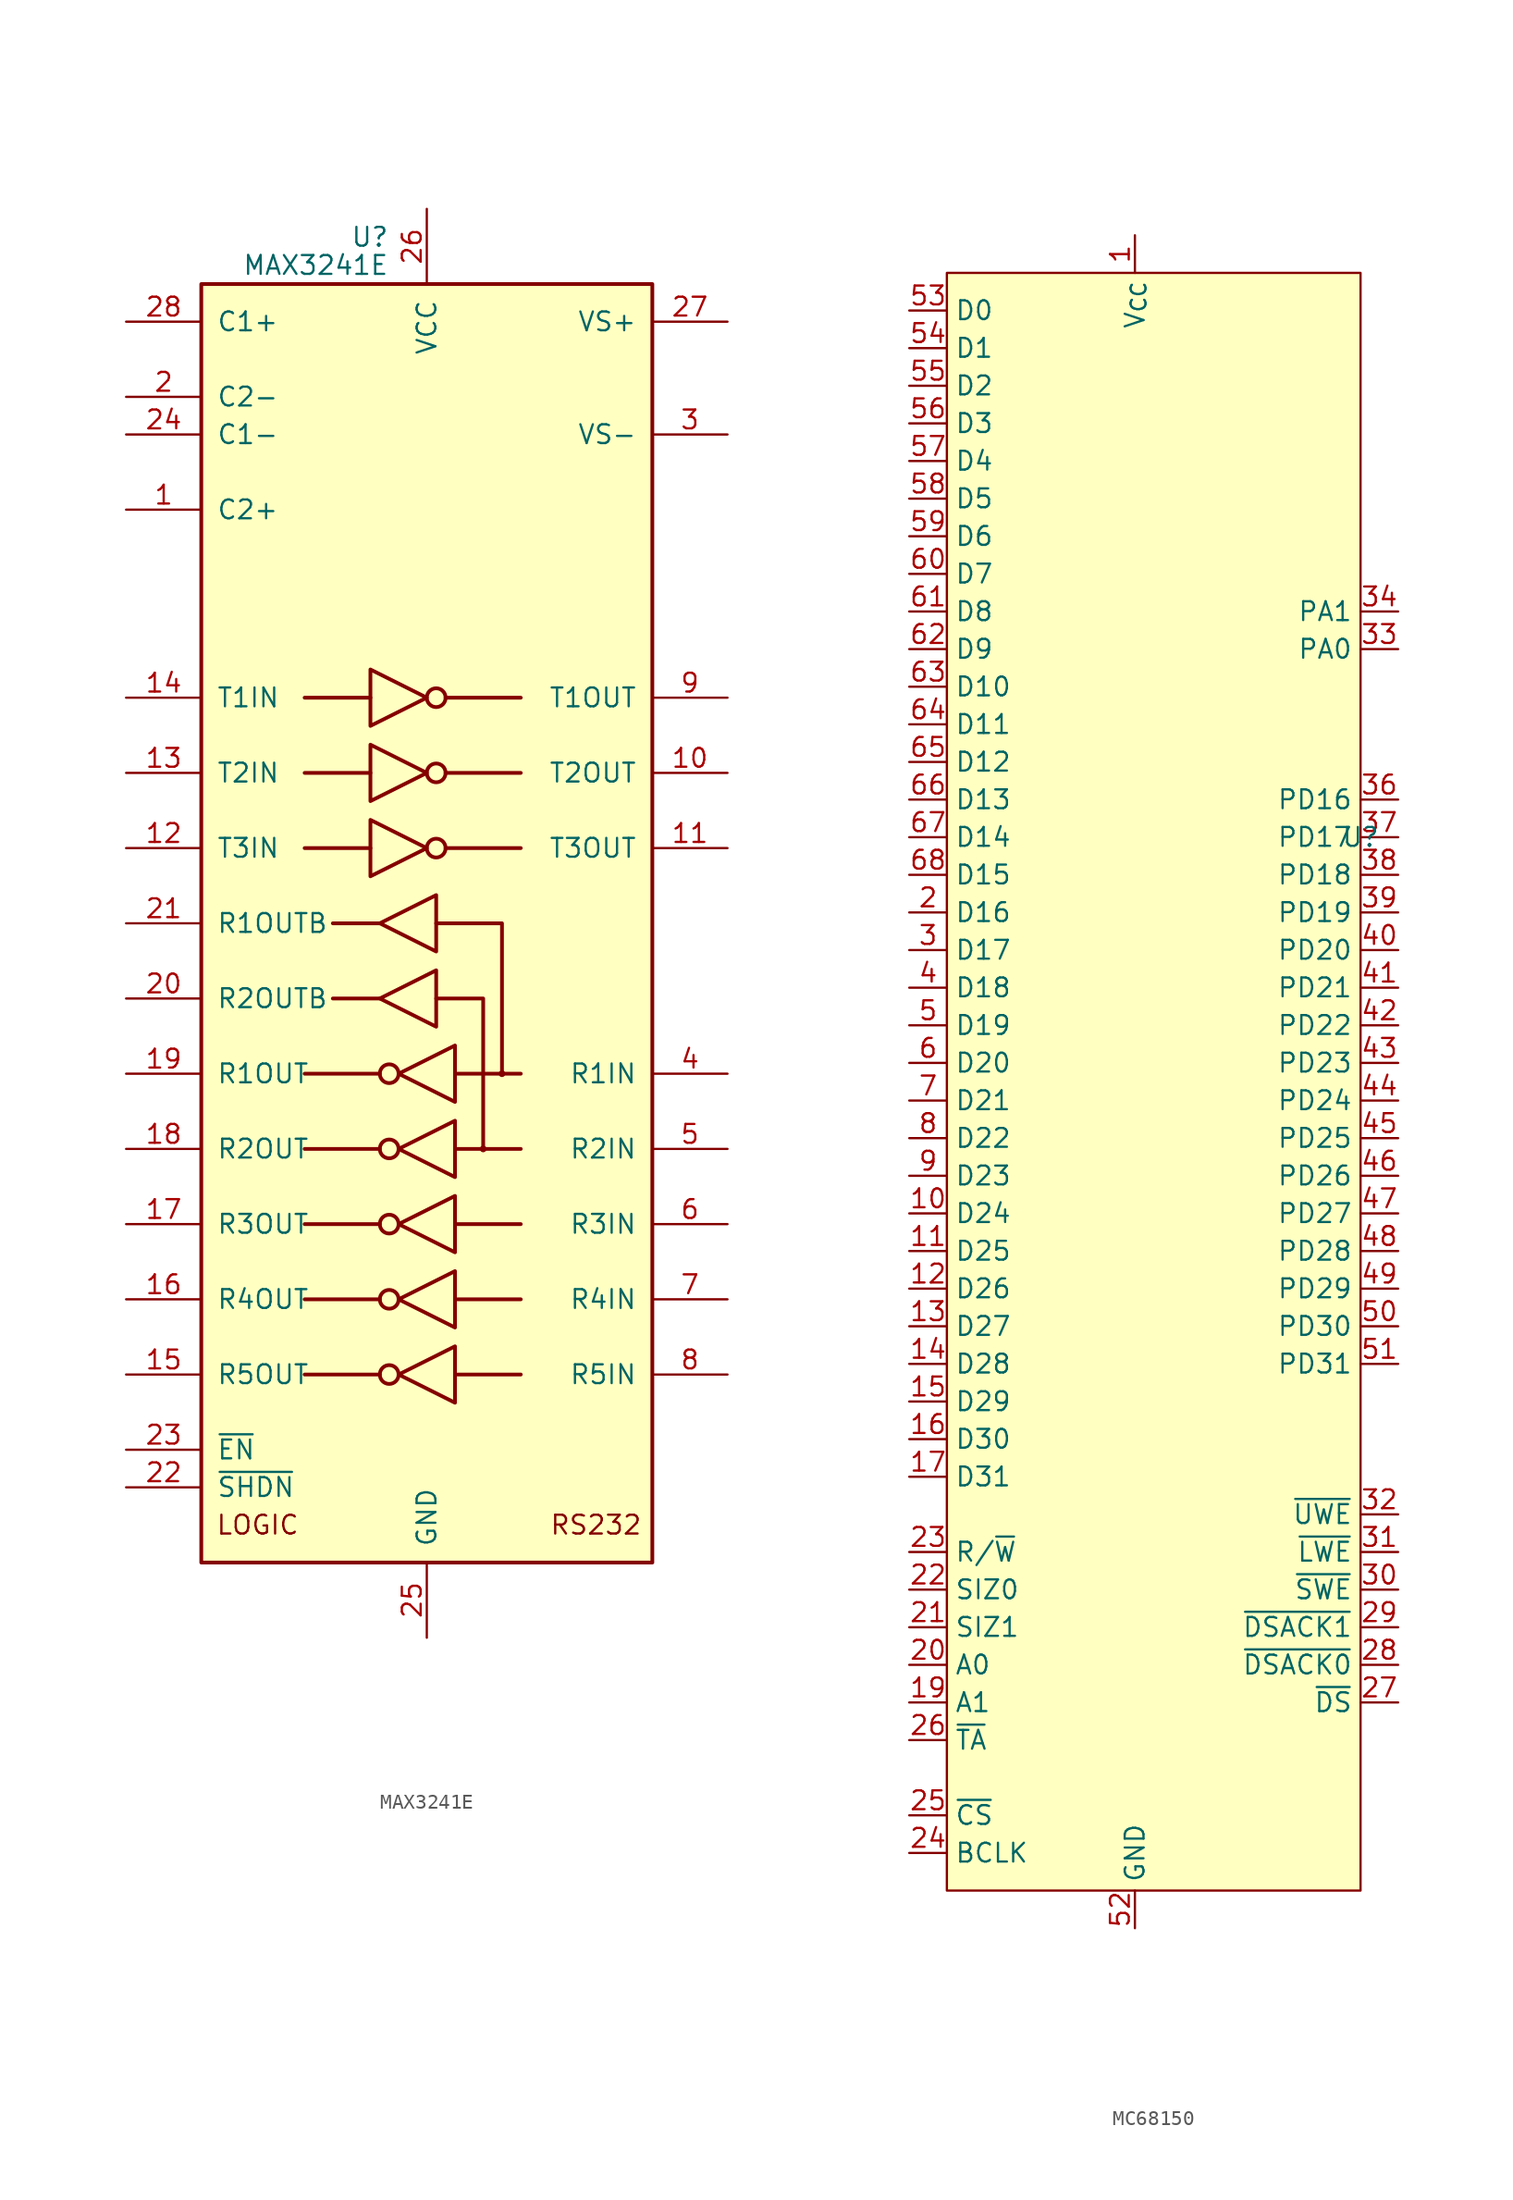
<source format=kicad_sym>
(kicad_symbol_lib
  (version 20220914)
  (generator kicad_symbol_editor)
  (symbol "MAX3241E"
    (pin_names
      (offset 1.016))
    (property "Reference" "U"
      (at -2.54 46.355 0)
      (effects (font (size 1.27 1.27)) (justify right)))
    (property "Value" "MAX3241E"
      (at -2.54 44.45 0)
      (effects (font (size 1.27 1.27)) (justify right)))
    (symbol "MAX3241E_0_0"
      (text "LOGIC" (at -11.43 -40.64 0) (effects (font (size 1.27 1.27))))
      (text "RS232" (at 11.43 -40.64 0) (effects (font (size 1.27 1.27)))))
    (symbol "MAX3241E_0_1"
      (rectangle (start -15.24 43.18) (end 15.24 -43.18) (stroke (width 0.254) (type default)) (fill (type background)))
      (circle (center -2.54 -30.48) (radius 0.635) (stroke (width 0.254) (type default)) (fill (type none)))
      (circle (center -2.54 -25.4) (radius 0.635) (stroke (width 0.254) (type default)) (fill (type none)))
      (circle (center -2.54 -20.32) (radius 0.635) (stroke (width 0.254) (type default)) (fill (type none)))
      (circle (center -2.54 -15.24) (radius 0.635) (stroke (width 0.254) (type default)) (fill (type none)))
      (circle (center -2.54 -10.16) (radius 0.635) (stroke (width 0.254) (type default)) (fill (type none)))
      (polyline (pts (xy -3.81 5.08) (xy -8.255 5.08)) (stroke (width 0.254) (type default)) (fill (type none)))
      (polyline (pts (xy -3.81 10.16) (xy -8.255 10.16)) (stroke (width 0.254) (type default)) (fill (type none)))
      (polyline (pts (xy -3.81 15.24) (xy -8.255 15.24)) (stroke (width 0.254) (type default)) (fill (type none)))
      (polyline (pts (xy -3.175 -30.48) (xy -8.255 -30.48)) (stroke (width 0.254) (type default)) (fill (type none)))
      (polyline (pts (xy -3.175 -25.4) (xy -8.255 -25.4)) (stroke (width 0.254) (type default)) (fill (type none)))
      (polyline (pts (xy -3.175 -20.32) (xy -8.255 -20.32)) (stroke (width 0.254) (type default)) (fill (type none)))
      (polyline (pts (xy -3.175 -15.24) (xy -8.255 -15.24)) (stroke (width 0.254) (type default)) (fill (type none)))
      (polyline (pts (xy -3.175 -10.16) (xy -8.255 -10.16)) (stroke (width 0.254) (type default)) (fill (type none)))
      (polyline (pts (xy -3.175 -5.08) (xy -6.35 -5.08)) (stroke (width 0.254) (type default)) (fill (type none)))
      (polyline (pts (xy -3.175 0) (xy -6.35 0)) (stroke (width 0.254) (type default)) (fill (type none)))
      (polyline (pts (xy 1.27 5.08) (xy 6.35 5.08)) (stroke (width 0.254) (type default)) (fill (type none)))
      (polyline (pts (xy 1.27 10.16) (xy 6.35 10.16)) (stroke (width 0.254) (type default)) (fill (type none)))
      (polyline (pts (xy 1.27 15.24) (xy 6.35 15.24)) (stroke (width 0.254) (type default)) (fill (type none)))
      (polyline (pts (xy 1.905 -30.48) (xy 6.35 -30.48)) (stroke (width 0.254) (type default)) (fill (type none)))
      (polyline (pts (xy 1.905 -25.4) (xy 6.35 -25.4)) (stroke (width 0.254) (type default)) (fill (type none)))
      (polyline (pts (xy 1.905 -20.32) (xy 6.35 -20.32)) (stroke (width 0.254) (type default)) (fill (type none)))
      (polyline (pts (xy 1.905 -15.24) (xy 6.35 -15.24)) (stroke (width 0.254) (type default)) (fill (type none)))
      (polyline (pts (xy 1.905 -10.16) (xy 6.35 -10.16)) (stroke (width 0.254) (type default)) (fill (type none)))
      (polyline (pts (xy -3.81 6.985) (xy -3.81 3.175) (xy 0 5.08) (xy -3.81 6.985)) (stroke (width 0.254) (type default)) (fill (type none)))
      (polyline (pts (xy -3.81 12.065) (xy -3.81 8.255) (xy 0 10.16) (xy -3.81 12.065)) (stroke (width 0.254) (type default)) (fill (type none)))
      (polyline (pts (xy -3.81 17.145) (xy -3.81 13.335) (xy 0 15.24) (xy -3.81 17.145)) (stroke (width 0.254) (type default)) (fill (type none)))
      (polyline (pts (xy 0.635 -3.175) (xy 0.635 -6.985) (xy -3.175 -5.08) (xy 0.635 -3.175)) (stroke (width 0.254) (type default)) (fill (type none)))
      (polyline (pts (xy 0.635 1.905) (xy 0.635 -1.905) (xy -3.175 0) (xy 0.635 1.905)) (stroke (width 0.254) (type default)) (fill (type none)))
      (polyline (pts (xy 1.905 -28.575) (xy 1.905 -32.385) (xy -1.905 -30.48) (xy 1.905 -28.575)) (stroke (width 0.254) (type default)) (fill (type none)))
      (polyline (pts (xy 1.905 -23.495) (xy 1.905 -27.305) (xy -1.905 -25.4) (xy 1.905 -23.495)) (stroke (width 0.254) (type default)) (fill (type none)))
      (polyline (pts (xy 1.905 -18.415) (xy 1.905 -22.225) (xy -1.905 -20.32) (xy 1.905 -18.415)) (stroke (width 0.254) (type default)) (fill (type none)))
      (polyline (pts (xy 1.905 -13.335) (xy 1.905 -17.145) (xy -1.905 -15.24) (xy 1.905 -13.335)) (stroke (width 0.254) (type default)) (fill (type none)))
      (polyline (pts (xy 1.905 -8.255) (xy 1.905 -12.065) (xy -1.905 -10.16) (xy 1.905 -8.255)) (stroke (width 0.254) (type default)) (fill (type none)))
      (circle (center 0.635 5.08) (radius 0.635) (stroke (width 0.254) (type default)) (fill (type none)))
      (circle (center 0.635 10.16) (radius 0.635) (stroke (width 0.254) (type default)) (fill (type none)))
      (circle (center 0.635 15.24) (radius 0.635) (stroke (width 0.254) (type default)) (fill (type none)))
      (circle (center 5.08 -10.16) (radius 0.152) (stroke (width 0) (type default)) (fill (type none))))
    (symbol "MAX3241E_1_1"
      (polyline (pts (xy 0.635 -5.08) (xy 3.81 -5.08) (xy 3.81 -15.24)) (stroke (width 0.254) (type default)) (fill (type none)))
      (polyline (pts (xy 0.635 0) (xy 5.08 0) (xy 5.08 -10.16)) (stroke (width 0.254) (type default)) (fill (type none)))
      (circle (center 3.81 -15.24) (radius 0.152) (stroke (width 0) (type default)) (fill (type none)))
      (pin passive line (at -20.32 27.94 0) (length 5.08) (name "C2+" (effects (font (size 1.27 1.27)))) (number "1" (effects (font (size 1.27 1.27)))))
      (pin output line (at 20.32 10.16 180) (length 5.08) (name "T2OUT" (effects (font (size 1.27 1.27)))) (number "10" (effects (font (size 1.27 1.27)))))
      (pin output line (at 20.32 5.08 180) (length 5.08) (name "T3OUT" (effects (font (size 1.27 1.27)))) (number "11" (effects (font (size 1.27 1.27)))))
      (pin input line (at -20.32 5.08 0) (length 5.08) (name "T3IN" (effects (font (size 1.27 1.27)))) (number "12" (effects (font (size 1.27 1.27)))))
      (pin input line (at -20.32 10.16 0) (length 5.08) (name "T2IN" (effects (font (size 1.27 1.27)))) (number "13" (effects (font (size 1.27 1.27)))))
      (pin input line (at -20.32 15.24 0) (length 5.08) (name "T1IN" (effects (font (size 1.27 1.27)))) (number "14" (effects (font (size 1.27 1.27)))))
      (pin output line (at -20.32 -30.48 0) (length 5.08) (name "R5OUT" (effects (font (size 1.27 1.27)))) (number "15" (effects (font (size 1.27 1.27)))))
      (pin output line (at -20.32 -25.4 0) (length 5.08) (name "R4OUT" (effects (font (size 1.27 1.27)))) (number "16" (effects (font (size 1.27 1.27)))))
      (pin output line (at -20.32 -20.32 0) (length 5.08) (name "R3OUT" (effects (font (size 1.27 1.27)))) (number "17" (effects (font (size 1.27 1.27)))))
      (pin output line (at -20.32 -15.24 0) (length 5.08) (name "R2OUT" (effects (font (size 1.27 1.27)))) (number "18" (effects (font (size 1.27 1.27)))))
      (pin output line (at -20.32 -10.16 0) (length 5.08) (name "R1OUT" (effects (font (size 1.27 1.27)))) (number "19" (effects (font (size 1.27 1.27)))))
      (pin passive line (at -20.32 35.56 0) (length 5.08) (name "C2-" (effects (font (size 1.27 1.27)))) (number "2" (effects (font (size 1.27 1.27)))))
      (pin output line (at -20.32 -5.08 0) (length 5.08) (name "R2OUTB" (effects (font (size 1.27 1.27)))) (number "20" (effects (font (size 1.27 1.27)))))
      (pin output line (at -20.32 0 0) (length 5.08) (name "R1OUTB" (effects (font (size 1.27 1.27)))) (number "21" (effects (font (size 1.27 1.27)))))
      (pin input line (at -20.32 -38.1 0) (length 5.08) (name "~{SHDN}" (effects (font (size 1.27 1.27)))) (number "22" (effects (font (size 1.27 1.27)))))
      (pin input line (at -20.32 -35.56 0) (length 5.08) (name "~{EN}" (effects (font (size 1.27 1.27)))) (number "23" (effects (font (size 1.27 1.27)))))
      (pin passive line (at -20.32 33.02 0) (length 5.08) (name "C1-" (effects (font (size 1.27 1.27)))) (number "24" (effects (font (size 1.27 1.27)))))
      (pin power_in line (at 0 -48.26 90) (length 5.08) (name "GND" (effects (font (size 1.27 1.27)))) (number "25" (effects (font (size 1.27 1.27)))))
      (pin power_in line (at 0 48.26 270) (length 5.08) (name "VCC" (effects (font (size 1.27 1.27)))) (number "26" (effects (font (size 1.27 1.27)))))
      (pin power_out line (at 20.32 40.64 180) (length 5.08) (name "VS+" (effects (font (size 1.27 1.27)))) (number "27" (effects (font (size 1.27 1.27)))))
      (pin passive line (at -20.32 40.64 0) (length 5.08) (name "C1+" (effects (font (size 1.27 1.27)))) (number "28" (effects (font (size 1.27 1.27)))))
      (pin power_out line (at 20.32 33.02 180) (length 5.08) (name "VS-" (effects (font (size 1.27 1.27)))) (number "3" (effects (font (size 1.27 1.27)))))
      (pin input line (at 20.32 -10.16 180) (length 5.08) (name "R1IN" (effects (font (size 1.27 1.27)))) (number "4" (effects (font (size 1.27 1.27)))))
      (pin input line (at 20.32 -15.24 180) (length 5.08) (name "R2IN" (effects (font (size 1.27 1.27)))) (number "5" (effects (font (size 1.27 1.27)))))
      (pin input line (at 20.32 -20.32 180) (length 5.08) (name "R3IN" (effects (font (size 1.27 1.27)))) (number "6" (effects (font (size 1.27 1.27)))))
      (pin input line (at 20.32 -25.4 180) (length 5.08) (name "R4IN" (effects (font (size 1.27 1.27)))) (number "7" (effects (font (size 1.27 1.27)))))
      (pin input line (at 20.32 -30.48 180) (length 5.08) (name "R5IN" (effects (font (size 1.27 1.27)))) (number "8" (effects (font (size 1.27 1.27)))))
      (pin output line (at 20.32 15.24 180) (length 5.08) (name "T1OUT" (effects (font (size 1.27 1.27)))) (number "9" (effects (font (size 1.27 1.27)))))))
  (symbol "MC68150"
    (property "Reference" "U"
      (at 15.24 20.32 0)
      (effects (font (size 1.27 1.27))))
    (property "Value" ""
      (at 15.24 20.32 0)
      (effects (font (size 1.27 1.27))))
    (symbol "MC68150_1_1"
      (rectangle (start -12.7 58.42) (end 15.24 -50.8) (stroke (width 0) (type default)) (fill (type background)))
      (pin power_in line (at 0 60.96 270) (length 2.54) (name "V_{CC}" (effects (font (size 1.27 1.27)))) (number "1" (effects (font (size 1.27 1.27)))))
      (pin bidirectional line (at -15.24 -5.08 0) (length 2.54) (name "D24" (effects (font (size 1.27 1.27)))) (number "10" (effects (font (size 1.27 1.27)))))
      (pin bidirectional line (at -15.24 -7.62 0) (length 2.54) (name "D25" (effects (font (size 1.27 1.27)))) (number "11" (effects (font (size 1.27 1.27)))))
      (pin bidirectional line (at -15.24 -10.16 0) (length 2.54) (name "D26" (effects (font (size 1.27 1.27)))) (number "12" (effects (font (size 1.27 1.27)))))
      (pin bidirectional line (at -15.24 -12.7 0) (length 2.54) (name "D27" (effects (font (size 1.27 1.27)))) (number "13" (effects (font (size 1.27 1.27)))))
      (pin bidirectional line (at -15.24 -15.24 0) (length 2.54) (name "D28" (effects (font (size 1.27 1.27)))) (number "14" (effects (font (size 1.27 1.27)))))
      (pin bidirectional line (at -15.24 -17.78 0) (length 2.54) (name "D29" (effects (font (size 1.27 1.27)))) (number "15" (effects (font (size 1.27 1.27)))))
      (pin bidirectional line (at -15.24 -20.32 0) (length 2.54) (name "D30" (effects (font (size 1.27 1.27)))) (number "16" (effects (font (size 1.27 1.27)))))
      (pin bidirectional line (at -15.24 -22.86 0) (length 2.54) (name "D31" (effects (font (size 1.27 1.27)))) (number "17" (effects (font (size 1.27 1.27)))))
      (pin passive line (at 0 -53.34 90) (length 2.54) hide (name "GND" (effects (font (size 1.27 1.27)))) (number "18" (effects (font (size 1.27 1.27)))))
      (pin input line (at -15.24 -38.1 0) (length 2.54) (name "A1" (effects (font (size 1.27 1.27)))) (number "19" (effects (font (size 1.27 1.27)))))
      (pin bidirectional line (at -15.24 15.24 0) (length 2.54) (name "D16" (effects (font (size 1.27 1.27)))) (number "2" (effects (font (size 1.27 1.27)))))
      (pin input line (at -15.24 -35.56 0) (length 2.54) (name "A0" (effects (font (size 1.27 1.27)))) (number "20" (effects (font (size 1.27 1.27)))))
      (pin input line (at -15.24 -33.02 0) (length 2.54) (name "SIZ1" (effects (font (size 1.27 1.27)))) (number "21" (effects (font (size 1.27 1.27)))))
      (pin input line (at -15.24 -30.48 0) (length 2.54) (name "SIZ0" (effects (font (size 1.27 1.27)))) (number "22" (effects (font (size 1.27 1.27)))))
      (pin input line (at -15.24 -27.94 0) (length 2.54) (name "R/~{W}" (effects (font (size 1.27 1.27)))) (number "23" (effects (font (size 1.27 1.27)))))
      (pin input line (at -15.24 -48.26 0) (length 2.54) (name "BCLK" (effects (font (size 1.27 1.27)))) (number "24" (effects (font (size 1.27 1.27)))))
      (pin input line (at -15.24 -45.72 0) (length 2.54) (name "~{CS}" (effects (font (size 1.27 1.27)))) (number "25" (effects (font (size 1.27 1.27)))))
      (pin open_collector line (at -15.24 -40.64 0) (length 2.54) (name "~{TA}" (effects (font (size 1.27 1.27)))) (number "26" (effects (font (size 1.27 1.27)))))
      (pin output line (at 17.78 -38.1 180) (length 2.54) (name "~{DS}" (effects (font (size 1.27 1.27)))) (number "27" (effects (font (size 1.27 1.27)))))
      (pin input line (at 17.78 -35.56 180) (length 2.54) (name "~{DSACK0}" (effects (font (size 1.27 1.27)))) (number "28" (effects (font (size 1.27 1.27)))))
      (pin input line (at 17.78 -33.02 180) (length 2.54) (name "~{DSACK1}" (effects (font (size 1.27 1.27)))) (number "29" (effects (font (size 1.27 1.27)))))
      (pin bidirectional line (at -15.24 12.7 0) (length 2.54) (name "D17" (effects (font (size 1.27 1.27)))) (number "3" (effects (font (size 1.27 1.27)))))
      (pin output line (at 17.78 -30.48 180) (length 2.54) (name "~{SWE}" (effects (font (size 1.27 1.27)))) (number "30" (effects (font (size 1.27 1.27)))))
      (pin output line (at 17.78 -27.94 180) (length 2.54) (name "~{LWE}" (effects (font (size 1.27 1.27)))) (number "31" (effects (font (size 1.27 1.27)))))
      (pin output line (at 17.78 -25.4 180) (length 2.54) (name "~{UWE}" (effects (font (size 1.27 1.27)))) (number "32" (effects (font (size 1.27 1.27)))))
      (pin output line (at 17.78 33.02 180) (length 2.54) (name "PA0" (effects (font (size 1.27 1.27)))) (number "33" (effects (font (size 1.27 1.27)))))
      (pin output line (at 17.78 35.56 180) (length 2.54) (name "PA1" (effects (font (size 1.27 1.27)))) (number "34" (effects (font (size 1.27 1.27)))))
      (pin passive line (at 0 60.96 270) (length 2.54) hide (name "V_{CC}" (effects (font (size 1.27 1.27)))) (number "35" (effects (font (size 1.27 1.27)))))
      (pin bidirectional line (at 17.78 22.86 180) (length 2.54) (name "PD16" (effects (font (size 1.27 1.27)))) (number "36" (effects (font (size 1.27 1.27)))))
      (pin bidirectional line (at 17.78 20.32 180) (length 2.54) (name "PD17" (effects (font (size 1.27 1.27)))) (number "37" (effects (font (size 1.27 1.27)))))
      (pin bidirectional line (at 17.78 17.78 180) (length 2.54) (name "PD18" (effects (font (size 1.27 1.27)))) (number "38" (effects (font (size 1.27 1.27)))))
      (pin bidirectional line (at 17.78 15.24 180) (length 2.54) (name "PD19" (effects (font (size 1.27 1.27)))) (number "39" (effects (font (size 1.27 1.27)))))
      (pin bidirectional line (at -15.24 10.16 0) (length 2.54) (name "D18" (effects (font (size 1.27 1.27)))) (number "4" (effects (font (size 1.27 1.27)))))
      (pin bidirectional line (at 17.78 12.7 180) (length 2.54) (name "PD20" (effects (font (size 1.27 1.27)))) (number "40" (effects (font (size 1.27 1.27)))))
      (pin bidirectional line (at 17.78 10.16 180) (length 2.54) (name "PD21" (effects (font (size 1.27 1.27)))) (number "41" (effects (font (size 1.27 1.27)))))
      (pin bidirectional line (at 17.78 7.62 180) (length 2.54) (name "PD22" (effects (font (size 1.27 1.27)))) (number "42" (effects (font (size 1.27 1.27)))))
      (pin bidirectional line (at 17.78 5.08 180) (length 2.54) (name "PD23" (effects (font (size 1.27 1.27)))) (number "43" (effects (font (size 1.27 1.27)))))
      (pin bidirectional line (at 17.78 2.54 180) (length 2.54) (name "PD24" (effects (font (size 1.27 1.27)))) (number "44" (effects (font (size 1.27 1.27)))))
      (pin bidirectional line (at 17.78 0 180) (length 2.54) (name "PD25" (effects (font (size 1.27 1.27)))) (number "45" (effects (font (size 1.27 1.27)))))
      (pin bidirectional line (at 17.78 -2.54 180) (length 2.54) (name "PD26" (effects (font (size 1.27 1.27)))) (number "46" (effects (font (size 1.27 1.27)))))
      (pin bidirectional line (at 17.78 -5.08 180) (length 2.54) (name "PD27" (effects (font (size 1.27 1.27)))) (number "47" (effects (font (size 1.27 1.27)))))
      (pin bidirectional line (at 17.78 -7.62 180) (length 2.54) (name "PD28" (effects (font (size 1.27 1.27)))) (number "48" (effects (font (size 1.27 1.27)))))
      (pin bidirectional line (at 17.78 -10.16 180) (length 2.54) (name "PD29" (effects (font (size 1.27 1.27)))) (number "49" (effects (font (size 1.27 1.27)))))
      (pin bidirectional line (at -15.24 7.62 0) (length 2.54) (name "D19" (effects (font (size 1.27 1.27)))) (number "5" (effects (font (size 1.27 1.27)))))
      (pin bidirectional line (at 17.78 -12.7 180) (length 2.54) (name "PD30" (effects (font (size 1.27 1.27)))) (number "50" (effects (font (size 1.27 1.27)))))
      (pin bidirectional line (at 17.78 -15.24 180) (length 2.54) (name "PD31" (effects (font (size 1.27 1.27)))) (number "51" (effects (font (size 1.27 1.27)))))
      (pin power_in line (at 0 -53.34 90) (length 2.54) (name "GND" (effects (font (size 1.27 1.27)))) (number "52" (effects (font (size 1.27 1.27)))))
      (pin bidirectional line (at -15.24 55.88 0) (length 2.54) (name "D0" (effects (font (size 1.27 1.27)))) (number "53" (effects (font (size 1.27 1.27)))))
      (pin bidirectional line (at -15.24 53.34 0) (length 2.54) (name "D1" (effects (font (size 1.27 1.27)))) (number "54" (effects (font (size 1.27 1.27)))))
      (pin bidirectional line (at -15.24 50.8 0) (length 2.54) (name "D2" (effects (font (size 1.27 1.27)))) (number "55" (effects (font (size 1.27 1.27)))))
      (pin bidirectional line (at -15.24 48.26 0) (length 2.54) (name "D3" (effects (font (size 1.27 1.27)))) (number "56" (effects (font (size 1.27 1.27)))))
      (pin bidirectional line (at -15.24 45.72 0) (length 2.54) (name "D4" (effects (font (size 1.27 1.27)))) (number "57" (effects (font (size 1.27 1.27)))))
      (pin bidirectional line (at -15.24 43.18 0) (length 2.54) (name "D5" (effects (font (size 1.27 1.27)))) (number "58" (effects (font (size 1.27 1.27)))))
      (pin bidirectional line (at -15.24 40.64 0) (length 2.54) (name "D6" (effects (font (size 1.27 1.27)))) (number "59" (effects (font (size 1.27 1.27)))))
      (pin bidirectional line (at -15.24 5.08 0) (length 2.54) (name "D20" (effects (font (size 1.27 1.27)))) (number "6" (effects (font (size 1.27 1.27)))))
      (pin bidirectional line (at -15.24 38.1 0) (length 2.54) (name "D7" (effects (font (size 1.27 1.27)))) (number "60" (effects (font (size 1.27 1.27)))))
      (pin bidirectional line (at -15.24 35.56 0) (length 2.54) (name "D8" (effects (font (size 1.27 1.27)))) (number "61" (effects (font (size 1.27 1.27)))))
      (pin bidirectional line (at -15.24 33.02 0) (length 2.54) (name "D9" (effects (font (size 1.27 1.27)))) (number "62" (effects (font (size 1.27 1.27)))))
      (pin bidirectional line (at -15.24 30.48 0) (length 2.54) (name "D10" (effects (font (size 1.27 1.27)))) (number "63" (effects (font (size 1.27 1.27)))))
      (pin bidirectional line (at -15.24 27.94 0) (length 2.54) (name "D11" (effects (font (size 1.27 1.27)))) (number "64" (effects (font (size 1.27 1.27)))))
      (pin bidirectional line (at -15.24 25.4 0) (length 2.54) (name "D12" (effects (font (size 1.27 1.27)))) (number "65" (effects (font (size 1.27 1.27)))))
      (pin bidirectional line (at -15.24 22.86 0) (length 2.54) (name "D13" (effects (font (size 1.27 1.27)))) (number "66" (effects (font (size 1.27 1.27)))))
      (pin bidirectional line (at -15.24 20.32 0) (length 2.54) (name "D14" (effects (font (size 1.27 1.27)))) (number "67" (effects (font (size 1.27 1.27)))))
      (pin bidirectional line (at -15.24 17.78 0) (length 2.54) (name "D15" (effects (font (size 1.27 1.27)))) (number "68" (effects (font (size 1.27 1.27)))))
      (pin bidirectional line (at -15.24 2.54 0) (length 2.54) (name "D21" (effects (font (size 1.27 1.27)))) (number "7" (effects (font (size 1.27 1.27)))))
      (pin bidirectional line (at -15.24 0 0) (length 2.54) (name "D22" (effects (font (size 1.27 1.27)))) (number "8" (effects (font (size 1.27 1.27)))))
      (pin bidirectional line (at -15.24 -2.54 0) (length 2.54) (name "D23" (effects (font (size 1.27 1.27)))) (number "9" (effects (font (size 1.27 1.27))))))))
</source>
